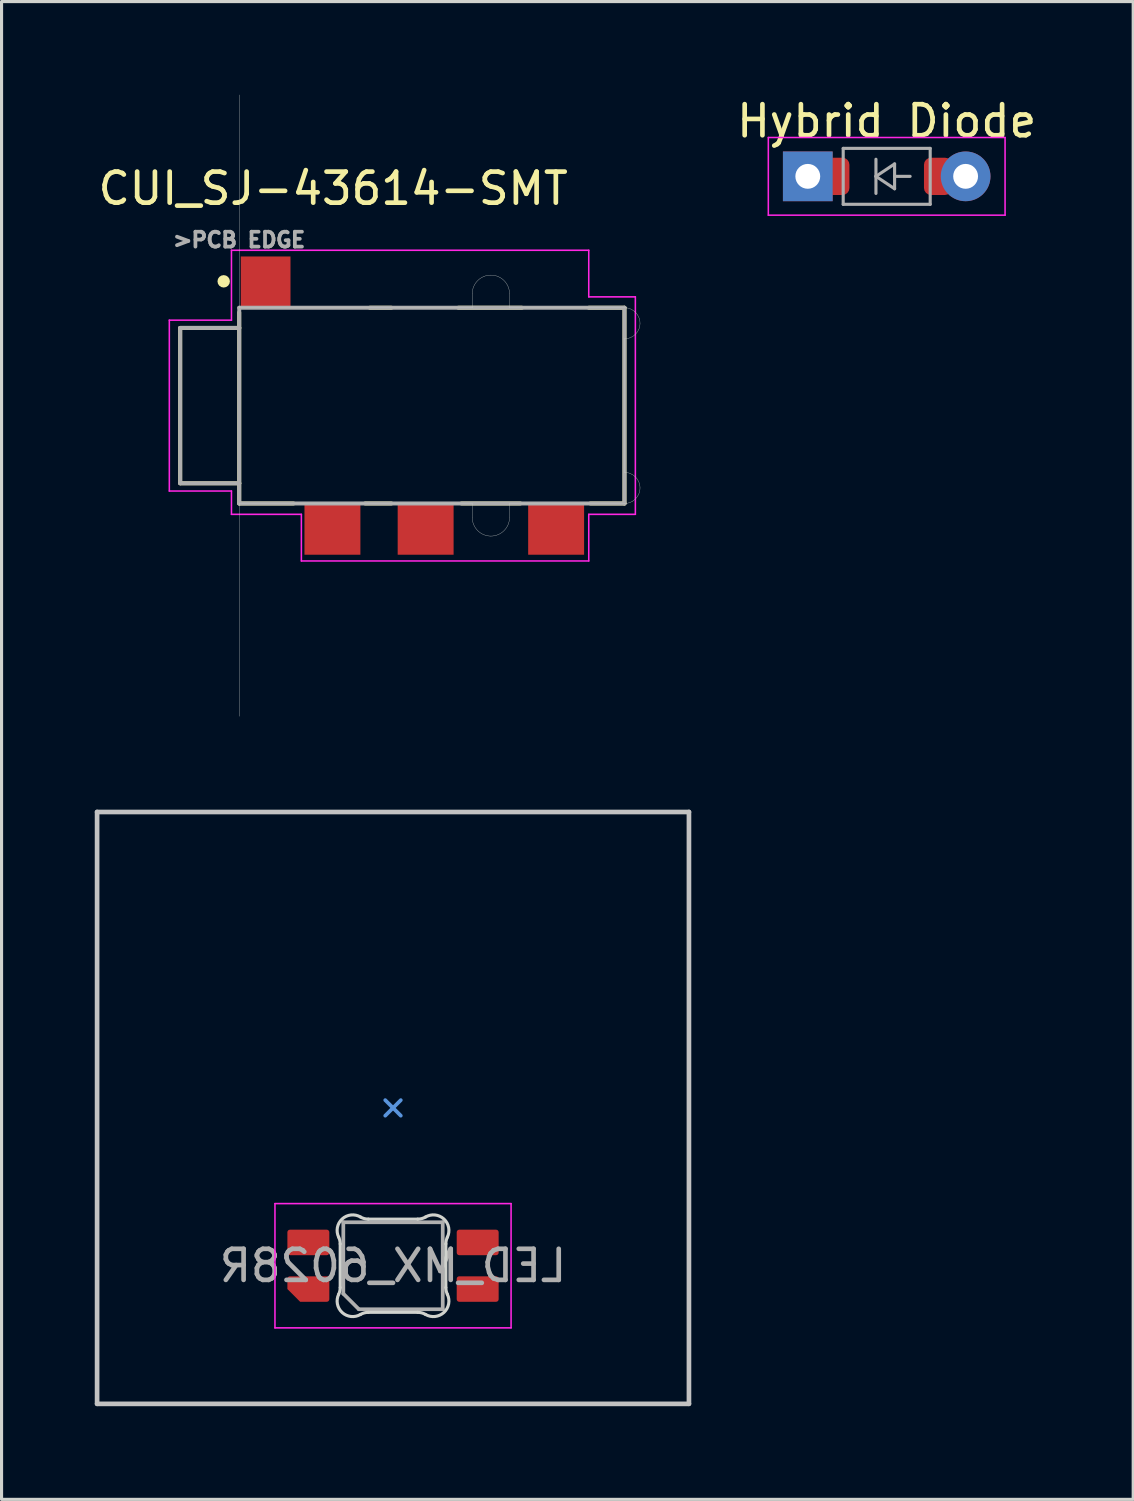
<source format=kicad_pcb>
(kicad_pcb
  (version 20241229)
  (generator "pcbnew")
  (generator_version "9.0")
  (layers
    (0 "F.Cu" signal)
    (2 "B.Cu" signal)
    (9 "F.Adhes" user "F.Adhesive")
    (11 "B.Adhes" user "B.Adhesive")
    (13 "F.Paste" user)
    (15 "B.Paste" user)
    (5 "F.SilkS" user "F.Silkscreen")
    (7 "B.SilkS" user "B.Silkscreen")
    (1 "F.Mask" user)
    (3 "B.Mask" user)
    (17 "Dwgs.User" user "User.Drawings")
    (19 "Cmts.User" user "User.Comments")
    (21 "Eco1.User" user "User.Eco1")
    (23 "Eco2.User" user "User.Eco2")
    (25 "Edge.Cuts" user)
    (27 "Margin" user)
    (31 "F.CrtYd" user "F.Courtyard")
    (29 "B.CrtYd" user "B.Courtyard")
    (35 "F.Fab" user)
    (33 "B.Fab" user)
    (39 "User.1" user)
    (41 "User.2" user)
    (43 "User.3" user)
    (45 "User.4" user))
  (footprint "CUI_SJ-43614-SMT"
    (layer "F.Cu")
    (at 10.85 10.005)
    (property "Reference" "CUI_SJ-43614-SMT" (at -3.176 -6.987 0) (layer "F.SilkS") (effects (font (size 1 1) (thickness 0.15))))
    (attr smd)
    (fp_line (start -8.1 -2.5) (end -8.1 2.5) (stroke (width 0.127) (type solid)) (layer "F.SilkS"))
    (fp_line (start -8.1 2.5) (end -6.2 2.5) (stroke (width 0.127) (type solid)) (layer "F.SilkS"))
    (fp_line (start -6.2 -3) (end -6.2 -2.5) (stroke (width 0.127) (type solid)) (layer "F.SilkS"))
    (fp_line (start -6.2 -2.5) (end -8.1 -2.5) (stroke (width 0.127) (type solid)) (layer "F.SilkS"))
    (fp_line (start -6.2 -2.5) (end -6.2 2.5) (stroke (width 0.127) (type solid)) (layer "F.SilkS"))
    (fp_line (start -6.2 2.5) (end -6.2 3.15) (stroke (width 0.127) (type solid)) (layer "F.SilkS"))
    (fp_line (start -6.2 3.15) (end -4.45 3.15) (stroke (width 0.127) (type solid)) (layer "F.SilkS"))
    (fp_line (start -2.15 3.15) (end -1.3 3.15) (stroke (width 0.127) (type solid)) (layer "F.SilkS"))
    (fp_line (start -2 -3.15) (end -1.3 -3.15) (stroke (width 0.127) (type solid)) (layer "F.SilkS"))
    (fp_line (start 0.95 3.15) (end 2.85 3.15) (stroke (width 0.127) (type solid)) (layer "F.SilkS"))
    (fp_line (start 2.9 -3.15) (end 0.85 -3.15) (stroke (width 0.127) (type solid)) (layer "F.SilkS"))
    (fp_line (start 5.05 -3.15) (end 6.2 -3.15) (stroke (width 0.127) (type solid)) (layer "F.SilkS"))
    (fp_line (start 6.2 -3.15) (end 6.2 3.15) (stroke (width 0.127) (type solid)) (layer "F.SilkS"))
    (fp_line (start 6.2 3.15) (end 5.1 3.15) (stroke (width 0.127) (type solid)) (layer "F.SilkS"))
    (fp_circle (center -6.7 -4) (end -6.6 -4) (stroke (width 0.2) (type solid)) (fill no) (layer "F.SilkS"))
    (fp_line (start -6.2 -3.15) (end -6.2 -10) (stroke (width 0.01) (type solid)) (layer "Edge.Cuts"))
    (fp_line (start -6.2 -3.15) (end 1.3 -3.15) (stroke (width 0.01) (type solid)) (layer "Edge.Cuts"))
    (fp_line (start -6.2 3.15) (end -6.2 10) (stroke (width 0.01) (type solid)) (layer "Edge.Cuts"))
    (fp_line (start -6.2 3.15) (end 1.3 3.15) (stroke (width 0.01) (type solid)) (layer "Edge.Cuts"))
    (fp_line (start 1.3 -3.15) (end 1.3 -3.6) (stroke (width 0.01) (type solid)) (layer "Edge.Cuts"))
    (fp_line (start 1.3 3.15) (end 1.3 3.6) (stroke (width 0.01) (type solid)) (layer "Edge.Cuts"))
    (fp_line (start 2.5 -3.15) (end 2.5 -3.6) (stroke (width 0.01) (type solid)) (layer "Edge.Cuts"))
    (fp_line (start 2.5 -3.15) (end 6.2 -3.15) (stroke (width 0.01) (type solid)) (layer "Edge.Cuts"))
    (fp_line (start 2.5 3.15) (end 2.5 3.6) (stroke (width 0.01) (type solid)) (layer "Edge.Cuts"))
    (fp_line (start 6.2 -2.15) (end 6.2 2.15) (stroke (width 0.01) (type solid)) (layer "Edge.Cuts"))
    (fp_line (start 6.2 3.15) (end 2.5 3.15) (stroke (width 0.01) (type solid)) (layer "Edge.Cuts"))
    (fp_arc (start 1.3 -3.6) (mid 1.475736 -4.024264) (end 1.9 -4.2) (stroke (width 0.01) (type solid)) (layer "Edge.Cuts"))
    (fp_arc (start 1.9 -4.2) (mid 2.324264 -4.024264) (end 2.5 -3.6) (stroke (width 0.01) (type solid)) (layer "Edge.Cuts"))
    (fp_arc (start 1.9 4.2) (mid 1.475736 4.024264) (end 1.3 3.6) (stroke (width 0.01) (type solid)) (layer "Edge.Cuts"))
    (fp_arc (start 2.5 3.6) (mid 2.324264 4.024264) (end 1.9 4.2) (stroke (width 0.01) (type solid)) (layer "Edge.Cuts"))
    (fp_arc (start 6.2 -3.15) (mid 6.553553 -3.003553) (end 6.7 -2.65) (stroke (width 0.01) (type solid)) (layer "Edge.Cuts"))
    (fp_arc (start 6.2 2.15) (mid 6.553553 2.296447) (end 6.7 2.65) (stroke (width 0.01) (type solid)) (layer "Edge.Cuts"))
    (fp_arc (start 6.7 -2.65) (mid 6.553553 -2.296447) (end 6.2 -2.15) (stroke (width 0.01) (type solid)) (layer "Edge.Cuts"))
    (fp_arc (start 6.7 2.65) (mid 6.553553 3.003553) (end 6.2 3.15) (stroke (width 0.01) (type solid)) (layer "Edge.Cuts"))
    (fp_line (start -8.45 -2.75) (end -8.45 2.75) (stroke (width 0.05) (type solid)) (layer "F.CrtYd"))
    (fp_line (start -8.45 -2.75) (end -6.45 -2.75) (stroke (width 0.05) (type solid)) (layer "F.CrtYd"))
    (fp_line (start -6.45 -5) (end 5.05 -5) (stroke (width 0.05) (type solid)) (layer "F.CrtYd"))
    (fp_line (start -6.45 -2.75) (end -6.45 -5) (stroke (width 0.05) (type solid)) (layer "F.CrtYd"))
    (fp_line (start -6.45 2.75) (end -8.45 2.75) (stroke (width 0.05) (type solid)) (layer "F.CrtYd"))
    (fp_line (start -6.45 3.5) (end -6.45 2.75) (stroke (width 0.05) (type solid)) (layer "F.CrtYd"))
    (fp_line (start -4.2 3.5) (end -6.45 3.5) (stroke (width 0.05) (type solid)) (layer "F.CrtYd"))
    (fp_line (start -4.2 5) (end -4.2 3.5) (stroke (width 0.05) (type solid)) (layer "F.CrtYd"))
    (fp_line (start 5.05 -5) (end 5.05 -3.5) (stroke (width 0.05) (type solid)) (layer "F.CrtYd"))
    (fp_line (start 5.05 -3.5) (end 6.55 -3.5) (stroke (width 0.05) (type solid)) (layer "F.CrtYd"))
    (fp_line (start 5.05 3.5) (end 5.05 5) (stroke (width 0.05) (type solid)) (layer "F.CrtYd"))
    (fp_line (start 5.05 5) (end -4.2 5) (stroke (width 0.05) (type solid)) (layer "F.CrtYd"))
    (fp_line (start 6.55 -3.5) (end 6.55 3.5) (stroke (width 0.05) (type solid)) (layer "F.CrtYd"))
    (fp_line (start 6.55 3.5) (end 5.05 3.5) (stroke (width 0.05) (type solid)) (layer "F.CrtYd"))
    (fp_line (start -8.1 -2.5) (end -8.1 2.5) (stroke (width 0.127) (type solid)) (layer "F.Fab"))
    (fp_line (start -8.1 2.5) (end -6.2 2.5) (stroke (width 0.127) (type solid)) (layer "F.Fab"))
    (fp_line (start -6.2 -3.15) (end 6.2 -3.15) (stroke (width 0.127) (type solid)) (layer "F.Fab"))
    (fp_line (start -6.2 -2.5) (end -8.1 -2.5) (stroke (width 0.127) (type solid)) (layer "F.Fab"))
    (fp_line (start -6.2 -2.5) (end -6.2 -3.15) (stroke (width 0.127) (type solid)) (layer "F.Fab"))
    (fp_line (start -6.2 2.5) (end -6.2 -2.5) (stroke (width 0.127) (type solid)) (layer "F.Fab"))
    (fp_line (start -6.2 3.15) (end -6.2 2.5) (stroke (width 0.127) (type solid)) (layer "F.Fab"))
    (fp_line (start 6.2 -3.15) (end 6.2 3.15) (stroke (width 0.127) (type solid)) (layer "F.Fab"))
    (fp_line (start 6.2 3.15) (end -6.2 3.15) (stroke (width 0.127) (type solid)) (layer "F.Fab"))
    (fp_text user ">PCB EDGE" (at -6.204 -5.333 0) (layer "F.Fab") (effects (font (size 0.48 0.48) (thickness 0.15))))
    (pad "1" smd rect (at -5.35 -3.975) (size 1.6 1.65) (layers "F.Cu" "F.Mask" "F.Paste"))
    (pad "2" smd rect (at 4 3.975) (size 1.8 1.65) (layers "F.Cu" "F.Mask" "F.Paste"))
    (pad "3" smd rect (at -0.2 3.975) (size 1.8 1.65) (layers "F.Cu" "F.Mask" "F.Paste"))
    (pad "4" smd rect (at -3.2 3.975) (size 1.8 1.65) (layers "F.Cu" "F.Mask" "F.Paste")))
  (footprint "LED_MX_6028R"
    (layer "F.Cu")
    (at 9.6 32.61)
    (property "Reference" "LED_MX_6028R" (at 0 5.08 0) (layer "F.Fab") (effects (font (size 1 1) (thickness 0.15)) (justify mirror)))
    (attr smd)
    (fp_line (start -9.525 -9.525) (end -9.525 9.525) (stroke (width 0.15) (type solid)) (layer "Dwgs.User"))
    (fp_line (start -9.525 9.525) (end 9.525 9.525) (stroke (width 0.15) (type solid)) (layer "Dwgs.User"))
    (fp_line (start 9.525 -9.525) (end -9.525 -9.525) (stroke (width 0.15) (type solid)) (layer "Dwgs.User"))
    (fp_line (start 9.525 9.525) (end 9.525 -9.525) (stroke (width 0.15) (type solid)) (layer "Dwgs.User"))
    (fp_line (start -0.25 0.25) (end 0 0) (stroke (width 0.12) (type solid)) (layer "Cmts.User"))
    (fp_line (start 0 0) (end -0.25 -0.25) (stroke (width 0.12) (type solid)) (layer "Cmts.User"))
    (fp_line (start 0 0) (end 0.25 -0.25) (stroke (width 0.12) (type solid)) (layer "Cmts.User"))
    (fp_line (start 0.25 0.25) (end 0 0) (stroke (width 0.12) (type solid)) (layer "Cmts.User"))
    (fp_line (start -1.7 4.377) (end -1.7 5.783) (stroke (width 0.1) (type solid)) (layer "Edge.Cuts"))
    (fp_line (start -0.794 6.58) (end 0.794 6.58) (stroke (width 0.1) (type solid)) (layer "Edge.Cuts"))
    (fp_line (start 0.794 3.58) (end -0.794 3.58) (stroke (width 0.1) (type solid)) (layer "Edge.Cuts"))
    (fp_line (start 1.7 5.783) (end 1.7 4.377) (stroke (width 0.1) (type solid)) (layer "Edge.Cuts"))
    (fp_arc (start -1.749484 4.160279) (mid -1.712527 4.265931) (end -1.699999 4.377156) (stroke (width 0.1) (type solid)) (layer "Edge.Cuts"))
    (fp_arc (start -1.749484 4.160279) (mid -1.638071 3.575964) (end -1.046711 3.511701) (stroke (width 0.1) (type solid)) (layer "Edge.Cuts"))
    (fp_arc (start -1.699999 5.782841) (mid -1.712527 5.894067) (end -1.749484 5.999719) (stroke (width 0.1) (type solid)) (layer "Edge.Cuts"))
    (fp_arc (start -1.046711 6.648298) (mid -1.638072 6.584034) (end -1.749484 5.999718) (stroke (width 0.1) (type solid)) (layer "Edge.Cuts"))
    (fp_arc (start -1.046711 6.648298) (mid -0.925123 6.597376) (end -0.794452 6.579999) (stroke (width 0.1) (type solid)) (layer "Edge.Cuts"))
    (fp_arc (start -0.794453 3.58) (mid -0.925123 3.562623) (end -1.046711 3.511701) (stroke (width 0.1) (type solid)) (layer "Edge.Cuts"))
    (fp_arc (start 0.794452 6.579999) (mid 0.925122 6.597376) (end 1.04671 6.648298) (stroke (width 0.1) (type solid)) (layer "Edge.Cuts"))
    (fp_arc (start 1.046711 3.5117) (mid 0.925123 3.562622) (end 0.794453 3.579999) (stroke (width 0.1) (type solid)) (layer "Edge.Cuts"))
    (fp_arc (start 1.046711 3.5117) (mid 1.638072 3.575964) (end 1.749484 4.160279) (stroke (width 0.1) (type solid)) (layer "Edge.Cuts"))
    (fp_arc (start 1.699999 4.377157) (mid 1.712528 4.265931) (end 1.749484 4.160279) (stroke (width 0.1) (type solid)) (layer "Edge.Cuts"))
    (fp_arc (start 1.749484 5.999719) (mid 1.63807 6.584033) (end 1.046711 6.648296) (stroke (width 0.1) (type solid)) (layer "Edge.Cuts"))
    (fp_arc (start 1.749484 5.999719) (mid 1.712519 5.894068) (end 1.699999 5.782842) (stroke (width 0.1) (type solid)) (layer "Edge.Cuts"))
    (fp_line (start -3.8 3.08) (end 3.8 3.08) (stroke (width 0.05) (type solid)) (layer "F.CrtYd"))
    (fp_line (start -3.8 7.08) (end -3.8 3.08) (stroke (width 0.05) (type solid)) (layer "F.CrtYd"))
    (fp_line (start 3.8 3.08) (end 3.8 7.08) (stroke (width 0.05) (type solid)) (layer "F.CrtYd"))
    (fp_line (start 3.8 7.08) (end -3.8 7.08) (stroke (width 0.05) (type solid)) (layer "F.CrtYd"))
    (fp_line (start -1.6 3.68) (end 1.6 3.68) (stroke (width 0.12) (type solid)) (layer "F.Fab"))
    (fp_line (start -1.6 5.98) (end -1.6 3.68) (stroke (width 0.12) (type solid)) (layer "F.Fab"))
    (fp_line (start -1.6 5.98) (end -1.1 6.48) (stroke (width 0.12) (type solid)) (layer "F.Fab"))
    (fp_line (start 1.6 3.68) (end 1.6 6.48) (stroke (width 0.12) (type solid)) (layer "F.Fab"))
    (fp_line (start 1.6 6.48) (end -1.1 6.48) (stroke (width 0.12) (type solid)) (layer "F.Fab"))
    (pad "1" smd roundrect (at 2.725 4.33 90) (size 0.82 1.35) (layers "F.Cu" "F.Mask" "F.Paste") (roundrect_rratio 0.1))
    (pad "2" smd roundrect (at 2.725 5.83 90) (size 0.82 1.35) (layers "F.Cu" "F.Mask" "F.Paste") (roundrect_rratio 0.1))
    (pad "3" smd roundrect (at -2.725 4.33 90) (size 0.82 1.35) (layers "F.Cu" "F.Mask" "F.Paste") (roundrect_rratio 0.1))
    (pad "4" smd roundrect (at -2.725 5.83 90) (size 0.82 1.35) (layers "F.Cu" "F.Mask" "F.Paste") (roundrect_rratio 0.1) (chamfer_ratio 0.5) (chamfer top_left)))
  (footprint "Hybrid Diode"
    (layer "F.Cu")
    (at 25.49 2.626)
    (property "Reference" "Hybrid Diode" (at 0 -1.778 0) (unlocked yes) (layer "F.SilkS") (effects (font (size 1 1) (thickness 0.15))))
    (fp_line (start -3.81 -1.25) (end -3.81 1.25) (stroke (width 0.05) (type solid)) (layer "F.CrtYd"))
    (fp_line (start -3.81 1.25) (end 3.81 1.25) (stroke (width 0.05) (type solid)) (layer "F.CrtYd"))
    (fp_line (start 3.81 -1.25) (end -3.81 -1.25) (stroke (width 0.05) (type solid)) (layer "F.CrtYd"))
    (fp_line (start 3.81 1.25) (end 3.81 -1.25) (stroke (width 0.05) (type solid)) (layer "F.CrtYd"))
    (fp_line (start -1.4 -0.9) (end 1.4 -0.9) (stroke (width 0.1) (type solid)) (layer "F.Fab"))
    (fp_line (start -1.4 0.9) (end -1.4 -0.9) (stroke (width 0.1) (type solid)) (layer "F.Fab"))
    (fp_line (start -0.346 0) (end -0.346 -0.55) (stroke (width 0.1) (type solid)) (layer "F.Fab"))
    (fp_line (start -0.346 0) (end -0.346 0.55) (stroke (width 0.1) (type solid)) (layer "F.Fab"))
    (fp_line (start -0.346 0) (end 0.254 -0.4) (stroke (width 0.1) (type solid)) (layer "F.Fab"))
    (fp_line (start 0.254 -0.4) (end 0.254 0.4) (stroke (width 0.1) (type solid)) (layer "F.Fab"))
    (fp_line (start 0.254 0) (end 0.754 0) (stroke (width 0.1) (type solid)) (layer "F.Fab"))
    (fp_line (start 0.254 0.4) (end -0.346 0) (stroke (width 0.1) (type solid)) (layer "F.Fab"))
    (fp_line (start 1.4 -0.9) (end 1.4 0.9) (stroke (width 0.1) (type solid)) (layer "F.Fab"))
    (fp_line (start 1.4 0.9) (end -1.4 0.9) (stroke (width 0.1) (type solid)) (layer "F.Fab"))
    (pad "1" thru_hole rect (at -2.54 0) (size 1.6 1.6) (drill 0.8) (layers "*.Cu" "*.Mask"))
    (pad "1" smd roundrect (at -1.65 0) (size 0.9 1.2) (layers "F.Cu" "F.Mask" "F.Paste") (roundrect_rratio 0.25))
    (pad "2" smd roundrect (at 1.65 0) (size 0.9 1.2) (layers "F.Cu" "F.Mask" "F.Paste") (roundrect_rratio 0.25))
    (pad "2" thru_hole oval (at 2.54 0) (size 1.6 1.6) (drill 0.8) (layers "*.Cu" "*.Mask")))
  (gr_rect
    (start -3 -3)
    (end 33.424 45.21)
    (stroke (width 0.1) (type default))
    (fill no)
    (layer "Edge.Cuts")))
</source>
